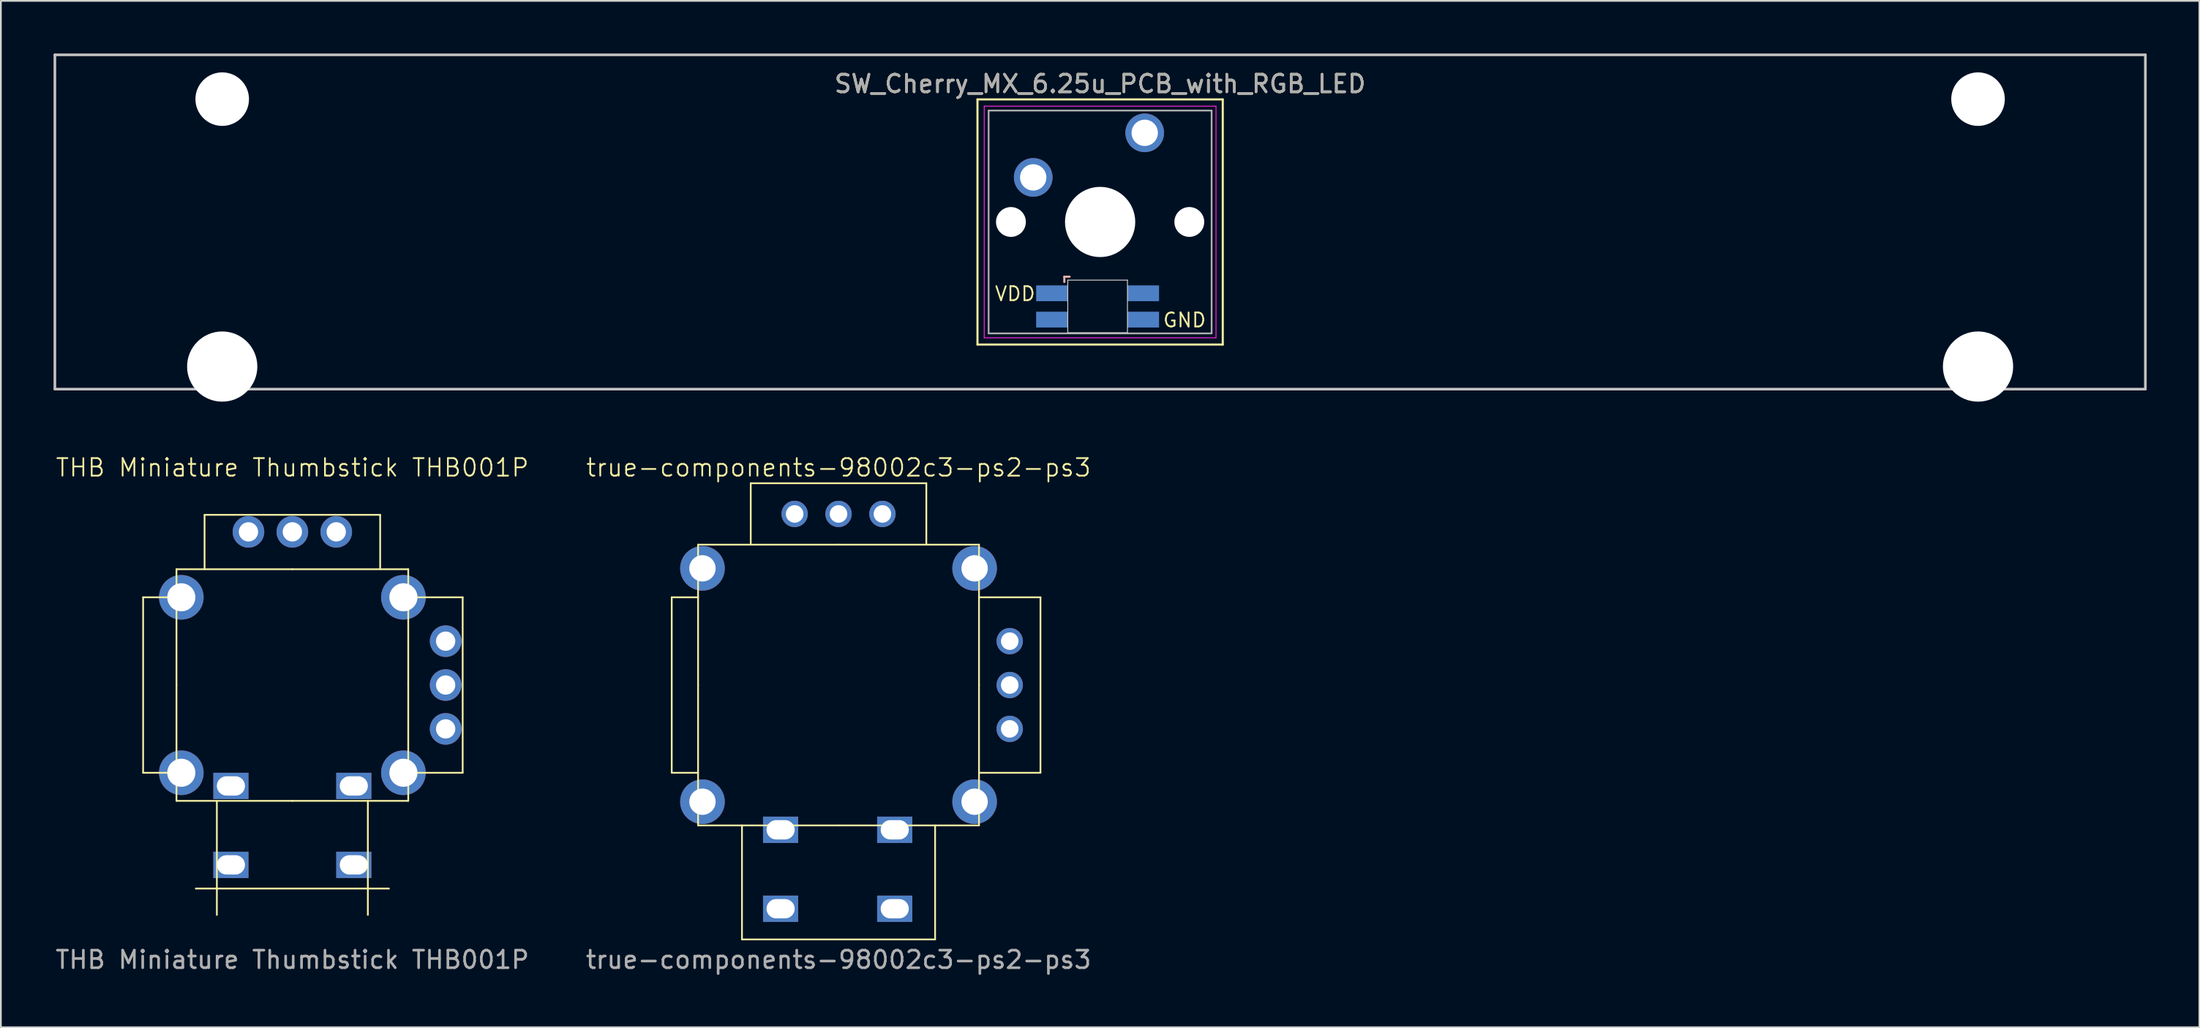
<source format=kicad_pcb>
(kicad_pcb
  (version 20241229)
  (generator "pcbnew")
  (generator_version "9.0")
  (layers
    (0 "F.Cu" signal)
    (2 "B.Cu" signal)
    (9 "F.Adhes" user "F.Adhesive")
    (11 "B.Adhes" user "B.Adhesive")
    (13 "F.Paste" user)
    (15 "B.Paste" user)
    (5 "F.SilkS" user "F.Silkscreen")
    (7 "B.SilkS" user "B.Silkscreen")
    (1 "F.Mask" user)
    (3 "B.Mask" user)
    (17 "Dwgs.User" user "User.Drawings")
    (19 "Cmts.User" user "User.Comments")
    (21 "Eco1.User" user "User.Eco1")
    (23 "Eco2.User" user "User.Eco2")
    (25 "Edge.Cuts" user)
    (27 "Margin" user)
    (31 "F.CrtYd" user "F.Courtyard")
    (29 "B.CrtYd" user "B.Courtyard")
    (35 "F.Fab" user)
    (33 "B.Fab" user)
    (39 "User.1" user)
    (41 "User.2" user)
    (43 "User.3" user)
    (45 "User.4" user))
  (footprint "SW_Cherry_MX_6.25u_PCB_with_RGB_LED"
    (layer "F.Cu")
    (at 62.146 4.52)
    (property "Reference" "SW_Cherry_MX_6.25u_PCB_with_RGB_LED" (at -2.54 -2.794 0) (layer "F.SilkS") (effects (font (size 1 1) (thickness 0.15))))
    (attr through_hole)
    (fp_line (start -9.525 -1.905) (end 4.445 -1.905) (stroke (width 0.12) (type solid)) (layer "F.SilkS"))
    (fp_line (start -9.525 12.065) (end -9.525 -1.905) (stroke (width 0.12) (type solid)) (layer "F.SilkS"))
    (fp_line (start 4.445 -1.905) (end 4.445 12.065) (stroke (width 0.12) (type solid)) (layer "F.SilkS"))
    (fp_line (start 4.445 12.065) (end -9.525 12.065) (stroke (width 0.12) (type solid)) (layer "F.SilkS"))
    (fp_line (start -4.579 8.198) (end -4.579 8.498) (stroke (width 0.12) (type solid)) (layer "B.SilkS"))
    (fp_line (start -4.279 8.198) (end -4.579 8.198) (stroke (width 0.12) (type solid)) (layer "B.SilkS"))
    (fp_line (start -62.071 -4.445) (end 56.991 -4.445) (stroke (width 0.15) (type solid)) (layer "Dwgs.User"))
    (fp_line (start -62.071 14.605) (end -62.071 -4.445) (stroke (width 0.15) (type solid)) (layer "Dwgs.User"))
    (fp_line (start 56.991 -4.445) (end 56.991 14.605) (stroke (width 0.15) (type solid)) (layer "Dwgs.User"))
    (fp_line (start 56.991 14.605) (end -62.071 14.605) (stroke (width 0.15) (type solid)) (layer "Dwgs.User"))
    (fp_line (start -4.383 8.394) (end -0.983 8.394) (stroke (width 0.05) (type solid)) (layer "Edge.Cuts"))
    (fp_line (start -4.383 11.394) (end -4.383 8.394) (stroke (width 0.05) (type solid)) (layer "Edge.Cuts"))
    (fp_line (start -0.983 8.394) (end -0.983 11.394) (stroke (width 0.05) (type solid)) (layer "Edge.Cuts"))
    (fp_line (start -0.983 11.394) (end -4.383 11.394) (stroke (width 0.05) (type solid)) (layer "Edge.Cuts"))
    (fp_line (start -9.14 -1.52) (end 4.06 -1.52) (stroke (width 0.05) (type solid)) (layer "F.CrtYd"))
    (fp_line (start -9.14 11.68) (end -9.14 -1.52) (stroke (width 0.05) (type solid)) (layer "F.CrtYd"))
    (fp_line (start 4.06 -1.52) (end 4.06 11.68) (stroke (width 0.05) (type solid)) (layer "F.CrtYd"))
    (fp_line (start 4.06 11.68) (end -9.14 11.68) (stroke (width 0.05) (type solid)) (layer "F.CrtYd"))
    (fp_line (start -8.89 -1.27) (end 3.81 -1.27) (stroke (width 0.1) (type solid)) (layer "F.Fab"))
    (fp_line (start -8.89 11.43) (end -8.89 -1.27) (stroke (width 0.1) (type solid)) (layer "F.Fab"))
    (fp_line (start 3.81 -1.27) (end 3.81 11.43) (stroke (width 0.1) (type solid)) (layer "F.Fab"))
    (fp_line (start 3.81 11.43) (end -8.89 11.43) (stroke (width 0.1) (type solid)) (layer "F.Fab"))
    (fp_text user "VDD" (at -8.592 9.641 0) (unlocked yes) (layer "F.SilkS") (effects (font (size 0.8 0.8) (thickness 0.1)) (justify left bottom)))
    (fp_text user "GND" (at 0.984 11.14 0) (unlocked yes) (layer "F.SilkS") (effects (font (size 0.8 0.8) (thickness 0.1)) (justify left bottom)))
    (fp_text user "${REFERENCE}" (at -2.54 -2.794 0) (layer "F.Fab") (effects (font (size 1 1) (thickness 0.15))))
    (pad "" np_thru_hole circle (at -52.54 -1.92) (size 3.05 3.05) (drill 3.05) (layers "*.Cu" "*.Mask"))
    (pad "" np_thru_hole circle (at -52.54 13.32) (size 4 4) (drill 4) (layers "*.Cu" "*.Mask"))
    (pad "" np_thru_hole circle (at -7.62 5.08) (size 1.7 1.7) (drill 1.7) (layers "*.Cu" "*.Mask"))
    (pad "" np_thru_hole circle (at -2.54 5.08) (size 4 4) (drill 4) (layers "*.Cu" "*.Mask"))
    (pad "" np_thru_hole circle (at 2.54 5.08) (size 1.7 1.7) (drill 1.7) (layers "*.Cu" "*.Mask"))
    (pad "" np_thru_hole circle (at 47.46 -1.92) (size 3.05 3.05) (drill 3.05) (layers "*.Cu" "*.Mask"))
    (pad "" np_thru_hole circle (at 47.46 13.32) (size 4 4) (drill 4) (layers "*.Cu" "*.Mask"))
    (pad "1" thru_hole circle (at 0 0) (size 2.2 2.2) (drill 1.5) (layers "*.Cu" "*.Mask"))
    (pad "2" thru_hole circle (at -6.35 2.54) (size 2.2 2.2) (drill 1.5) (layers "*.Cu" "*.Mask"))
    (pad "3" smd rect (at -0.083 10.644) (size 1.8 0.9) (layers "B.Cu" "B.Mask" "B.Paste"))
    (pad "4" smd rect (at -0.083 9.144) (size 1.8 0.9) (layers "B.Cu" "B.Mask" "B.Paste"))
    (pad "5" smd rect (at -5.283 10.644) (size 1.8 0.9) (layers "B.Cu" "B.Mask" "B.Paste"))
    (pad "6" smd rect (at -5.283 9.144) (size 1.8 0.9) (layers "B.Cu" "B.Mask" "B.Paste")))
  (footprint "true-components-98002c3-ps2-ps3"
    (layer "F.Cu")
    (at 44.708 35.99)
    (property "Reference" "true-components-98002c3-ps2-ps3" (at 0 -12.39 0) (unlocked yes) (layer "F.SilkS") (effects (font (size 1 1) (thickness 0.1))))
    (attr through_hole)
    (fp_line (start -9.5 -5) (end -9.5 5) (stroke (width 0.1) (type default)) (layer "F.SilkS"))
    (fp_line (start -9.5 5) (end -8 5) (stroke (width 0.1) (type default)) (layer "F.SilkS"))
    (fp_line (start -8 -5) (end -9.5 -5) (stroke (width 0.1) (type default)) (layer "F.SilkS"))
    (fp_line (start -8 0) (end -8 -8) (stroke (width 0.1) (type default)) (layer "F.SilkS"))
    (fp_line (start -8 0) (end -8 8) (stroke (width 0.1) (type default)) (layer "F.SilkS"))
    (fp_line (start -5.5 8) (end -5.5 14.5) (stroke (width 0.1) (type default)) (layer "F.SilkS"))
    (fp_line (start -5.5 14.5) (end 5.5 14.5) (stroke (width 0.1) (type default)) (layer "F.SilkS"))
    (fp_line (start -5 -11.5) (end -5 -8) (stroke (width 0.1) (type default)) (layer "F.SilkS"))
    (fp_line (start -5 -11.5) (end 5 -11.5) (stroke (width 0.1) (type default)) (layer "F.SilkS"))
    (fp_line (start 0 -8) (end -8 -8) (stroke (width 0.1) (type default)) (layer "F.SilkS"))
    (fp_line (start 0 -8) (end 8 -8) (stroke (width 0.1) (type default)) (layer "F.SilkS"))
    (fp_line (start 0 8) (end -8 8) (stroke (width 0.1) (type default)) (layer "F.SilkS"))
    (fp_line (start 0 8) (end 8 8) (stroke (width 0.1) (type default)) (layer "F.SilkS"))
    (fp_line (start 5 -11.5) (end 5 -8) (stroke (width 0.1) (type default)) (layer "F.SilkS"))
    (fp_line (start 5.5 14.5) (end 5.5 8) (stroke (width 0.1) (type default)) (layer "F.SilkS"))
    (fp_line (start 8 0) (end 8 -8) (stroke (width 0.1) (type default)) (layer "F.SilkS"))
    (fp_line (start 8 0) (end 8 8) (stroke (width 0.1) (type default)) (layer "F.SilkS"))
    (fp_line (start 11.5 -5) (end 8 -5) (stroke (width 0.1) (type default)) (layer "F.SilkS"))
    (fp_line (start 11.5 -5) (end 11.5 5) (stroke (width 0.1) (type default)) (layer "F.SilkS"))
    (fp_line (start 11.5 5) (end 8 5) (stroke (width 0.1) (type default)) (layer "F.SilkS"))
    (fp_text user "${REFERENCE}" (at 0 15.655 0) (unlocked yes) (layer "F.Fab") (effects (font (size 1 1) (thickness 0.15))))
    (pad "1" thru_hole circle (at -7.75 6.65) (size 2.54 2.54) (drill 1.5) (layers "*.Cu" "*.Mask"))
    (pad "2" thru_hole circle (at -7.75 -6.65) (size 2.54 2.54) (drill 1.5) (layers "*.Cu" "*.Mask"))
    (pad "3" thru_hole circle (at 7.75 -6.65) (size 2.54 2.54) (drill 1.5) (layers "*.Cu" "*.Mask"))
    (pad "4" thru_hole circle (at 7.75 6.65) (size 2.54 2.54) (drill 1.5) (layers "*.Cu" "*.Mask"))
    (pad "5" thru_hole rect (at 3.2 8.25) (size 2 1.5) (drill oval 1.6 1.1) (layers "*.Cu" "*.Mask"))
    (pad "6" thru_hole rect (at -3.3 8.25) (size 2 1.5) (drill oval 1.6 1.1) (layers "*.Cu" "*.Mask"))
    (pad "7" thru_hole rect (at -3.3 12.75) (size 2 1.5) (drill oval 1.6 1.1) (layers "*.Cu" "*.Mask"))
    (pad "8" thru_hole rect (at 3.2 12.75) (size 2 1.5) (drill oval 1.6 1.1) (layers "*.Cu" "*.Mask"))
    (pad "9" thru_hole circle (at -2.5 -9.75) (size 1.5 1.5) (drill 1) (layers "*.Cu" "*.Mask"))
    (pad "10" thru_hole circle (at 0 -9.75) (size 1.5 1.5) (drill 1) (layers "*.Cu" "*.Mask"))
    (pad "11" thru_hole circle (at 2.5 -9.75) (size 1.5 1.5) (drill 1) (layers "*.Cu" "*.Mask"))
    (pad "12" thru_hole circle (at 9.75 -2.5 90) (size 1.5 1.5) (drill 1) (layers "*.Cu" "*.Mask"))
    (pad "13" thru_hole circle (at 9.75 0 90) (size 1.5 1.5) (drill 1) (layers "*.Cu" "*.Mask"))
    (pad "14" thru_hole circle (at 9.75 2.5 90) (size 1.5 1.5) (drill 1) (layers "*.Cu" "*.Mask")))
  (footprint "THB Miniature Thumbstick THB001P"
    (layer "F.Cu")
    (at 13.601 35.99)
    (property "Reference" "THB Miniature Thumbstick THB001P" (at 0 -12.39 0) (unlocked yes) (layer "F.SilkS") (effects (font (size 1 1) (thickness 0.1))))
    (attr through_hole)
    (fp_line (start -8.5 -5) (end -8.5 5) (stroke (width 0.1) (type default)) (layer "F.SilkS"))
    (fp_line (start -8.5 5) (end -6.6 5) (stroke (width 0.1) (type default)) (layer "F.SilkS"))
    (fp_line (start -6.6 -5) (end -8.5 -5) (stroke (width 0.1) (type default)) (layer "F.SilkS"))
    (fp_line (start -6.6 0) (end -6.6 -6.6) (stroke (width 0.1) (type default)) (layer "F.SilkS"))
    (fp_line (start -6.6 0) (end -6.6 6.6) (stroke (width 0.1) (type default)) (layer "F.SilkS"))
    (fp_line (start -5.5 11.6) (end 5.5 11.6) (stroke (width 0.1) (type default)) (layer "F.SilkS"))
    (fp_line (start -5 -9.7) (end -5 -6.6) (stroke (width 0.1) (type default)) (layer "F.SilkS"))
    (fp_line (start -5 -9.7) (end 5 -9.7) (stroke (width 0.1) (type default)) (layer "F.SilkS"))
    (fp_line (start -4.3 6.6) (end -4.3 13.1) (stroke (width 0.1) (type default)) (layer "F.SilkS"))
    (fp_line (start 0 -6.6) (end -6.6 -6.6) (stroke (width 0.1) (type default)) (layer "F.SilkS"))
    (fp_line (start 0 -6.6) (end 6.6 -6.6) (stroke (width 0.1) (type default)) (layer "F.SilkS"))
    (fp_line (start 0 6.6) (end -6.6 6.6) (stroke (width 0.1) (type default)) (layer "F.SilkS"))
    (fp_line (start 0 6.6) (end 6.6 6.6) (stroke (width 0.1) (type default)) (layer "F.SilkS"))
    (fp_line (start 4.3 13.1) (end 4.3 6.6) (stroke (width 0.1) (type default)) (layer "F.SilkS"))
    (fp_line (start 5 -9.7) (end 5 -6.6) (stroke (width 0.1) (type default)) (layer "F.SilkS"))
    (fp_line (start 6.6 0) (end 6.6 -6.6) (stroke (width 0.1) (type default)) (layer "F.SilkS"))
    (fp_line (start 6.6 6.6) (end 6.6 0) (stroke (width 0.1) (type default)) (layer "F.SilkS"))
    (fp_line (start 9.7 -5) (end 6.6 -5) (stroke (width 0.1) (type default)) (layer "F.SilkS"))
    (fp_line (start 9.7 -5) (end 9.7 5) (stroke (width 0.1) (type default)) (layer "F.SilkS"))
    (fp_line (start 9.7 5) (end 6.65 5) (stroke (width 0.1) (type default)) (layer "F.SilkS"))
    (fp_text user "${REFERENCE}" (at 0 15.655 0) (unlocked yes) (layer "F.Fab") (effects (font (size 1 1) (thickness 0.15))))
    (pad "1" thru_hole circle (at -6.325 5) (size 2.54 2.54) (drill 1.6) (layers "*.Cu" "*.Mask"))
    (pad "2" thru_hole circle (at -6.325 -5) (size 2.54 2.54) (drill 1.6) (layers "*.Cu" "*.Mask"))
    (pad "3" thru_hole circle (at 6.325 -5) (size 2.54 2.54) (drill 1.6) (layers "*.Cu" "*.Mask"))
    (pad "4" thru_hole circle (at 6.325 5) (size 2.54 2.54) (drill 1.6) (layers "*.Cu" "*.Mask"))
    (pad "5" thru_hole rect (at 3.5 5.75) (size 2 1.5) (drill oval 1.6 1.1) (layers "*.Cu" "*.Mask"))
    (pad "6" thru_hole rect (at -3.5 5.75) (size 2 1.5) (drill oval 1.6 1.1) (layers "*.Cu" "*.Mask"))
    (pad "7" thru_hole rect (at -3.5 10.25) (size 2 1.5) (drill oval 1.6 1.1) (layers "*.Cu" "*.Mask"))
    (pad "8" thru_hole rect (at 3.5 10.25) (size 2 1.5) (drill oval 1.6 1.1) (layers "*.Cu" "*.Mask"))
    (pad "9" thru_hole circle (at -2.5 -8.73) (size 1.8 1.8) (drill 1.1) (layers "*.Cu" "*.Mask"))
    (pad "10" thru_hole circle (at 0 -8.73) (size 1.8 1.8) (drill 1.1) (layers "*.Cu" "*.Mask"))
    (pad "11" thru_hole circle (at 2.5 -8.73) (size 1.8 1.8) (drill 1.1) (layers "*.Cu" "*.Mask"))
    (pad "12" thru_hole circle (at 8.73 -2.5 90) (size 1.8 1.8) (drill 1.1) (layers "*.Cu" "*.Mask"))
    (pad "13" thru_hole circle (at 8.73 0 90) (size 1.8 1.8) (drill 1.1) (layers "*.Cu" "*.Mask"))
    (pad "14" thru_hole circle (at 8.73 2.5 90) (size 1.8 1.8) (drill 1.1) (layers "*.Cu" "*.Mask")))
  (gr_rect
    (start -3 -3)
    (end 122.213 55.494)
    (stroke (width 0.1) (type default))
    (fill no)
    (layer "Edge.Cuts")))
</source>
